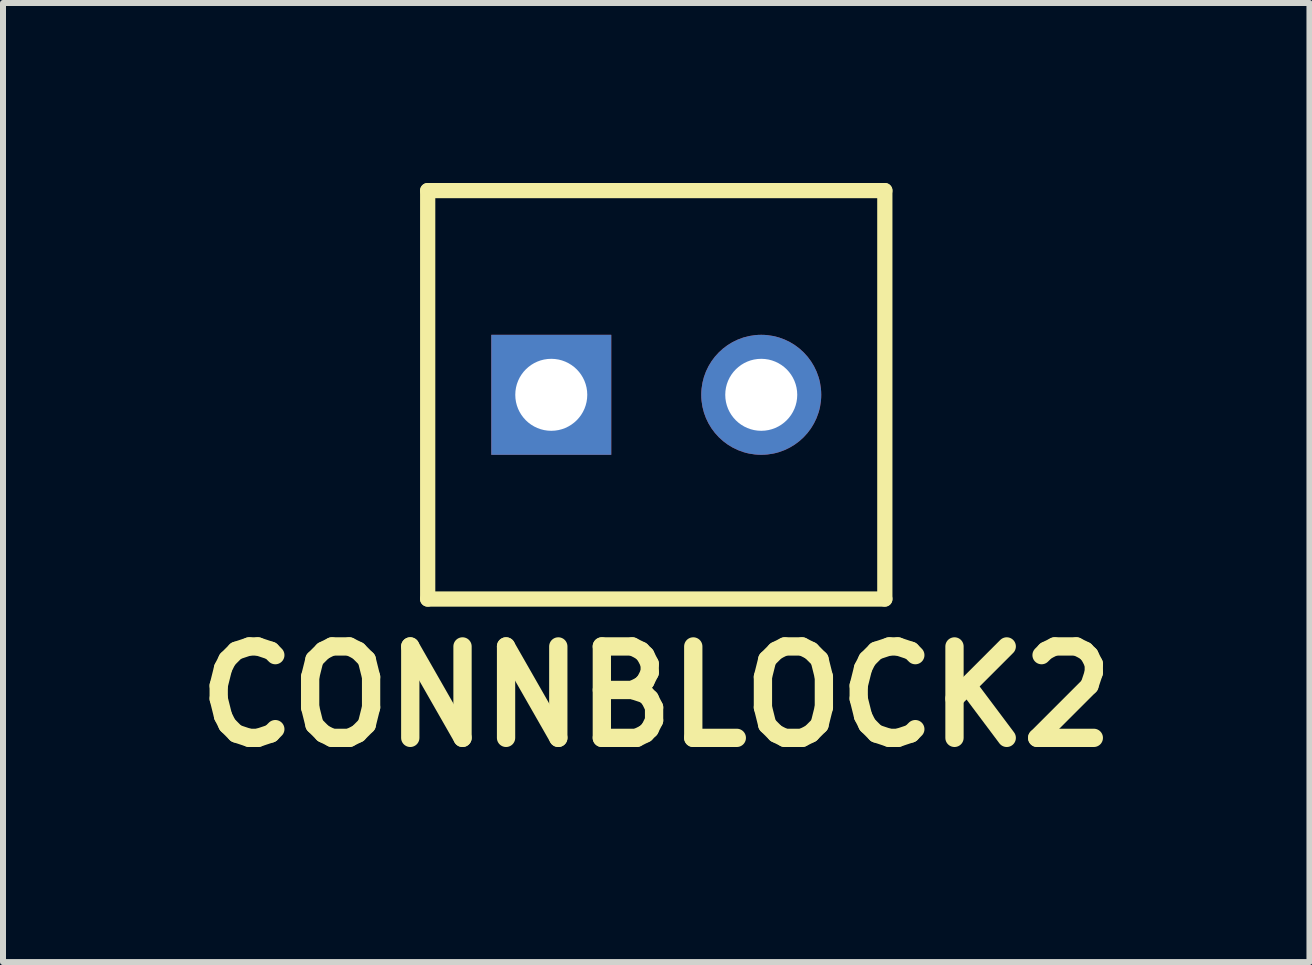
<source format=kicad_pcb>
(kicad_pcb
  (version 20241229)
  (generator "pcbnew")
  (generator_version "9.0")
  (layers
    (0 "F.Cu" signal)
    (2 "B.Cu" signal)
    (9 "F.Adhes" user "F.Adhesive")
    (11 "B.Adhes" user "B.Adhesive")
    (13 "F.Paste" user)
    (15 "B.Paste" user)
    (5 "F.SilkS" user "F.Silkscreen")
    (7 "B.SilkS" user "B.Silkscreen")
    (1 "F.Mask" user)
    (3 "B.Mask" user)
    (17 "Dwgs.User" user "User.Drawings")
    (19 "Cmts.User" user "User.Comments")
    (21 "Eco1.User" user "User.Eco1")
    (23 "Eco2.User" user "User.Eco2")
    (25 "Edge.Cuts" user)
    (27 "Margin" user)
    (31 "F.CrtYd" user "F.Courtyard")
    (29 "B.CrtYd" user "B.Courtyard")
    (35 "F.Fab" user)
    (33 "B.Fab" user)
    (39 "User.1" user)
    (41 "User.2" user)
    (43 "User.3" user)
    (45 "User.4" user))
  (footprint "CONNBLOCK2"
    (layer "F.Cu")
    (at 7.889 3.531)
    (property "Reference" "CONNBLOCK2" (at 0 5.029 0) (layer "F.SilkS") (effects (font (size 1.524 1.524) (thickness 0.305))))
    (attr through_hole)
    (fp_line (start -3.81 -3.404) (end -3.81 3.404) (stroke (width 0.254) (type solid)) (layer "F.SilkS"))
    (fp_line (start -3.81 -3.404) (end 3.81 -3.404) (stroke (width 0.254) (type solid)) (layer "F.SilkS"))
    (fp_line (start -3.81 3.404) (end 3.81 3.404) (stroke (width 0.254) (type solid)) (layer "F.SilkS"))
    (fp_line (start 3.81 -3.404) (end 3.81 3.404) (stroke (width 0.254) (type solid)) (layer "F.SilkS"))
    (pad "1" thru_hole rect (at -1.75 0) (size 2 2) (drill 1.2) (layers "*.Cu" "*.Mask"))
    (pad "2" thru_hole circle (at 1.75 0) (size 2 2) (drill 1.2) (layers "*.Cu" "*.Mask")))
  (gr_rect
    (start -3 -3)
    (end 18.777 12.986)
    (stroke (width 0.1) (type default))
    (fill no)
    (layer "Edge.Cuts")))
</source>
